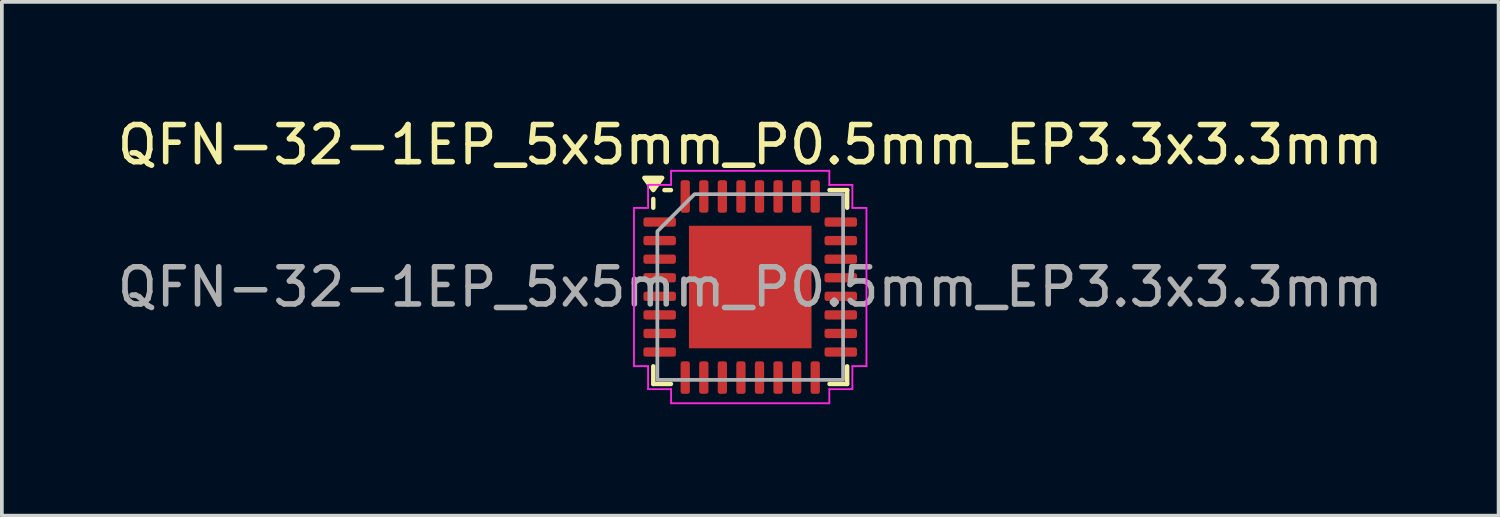
<source format=kicad_pcb>
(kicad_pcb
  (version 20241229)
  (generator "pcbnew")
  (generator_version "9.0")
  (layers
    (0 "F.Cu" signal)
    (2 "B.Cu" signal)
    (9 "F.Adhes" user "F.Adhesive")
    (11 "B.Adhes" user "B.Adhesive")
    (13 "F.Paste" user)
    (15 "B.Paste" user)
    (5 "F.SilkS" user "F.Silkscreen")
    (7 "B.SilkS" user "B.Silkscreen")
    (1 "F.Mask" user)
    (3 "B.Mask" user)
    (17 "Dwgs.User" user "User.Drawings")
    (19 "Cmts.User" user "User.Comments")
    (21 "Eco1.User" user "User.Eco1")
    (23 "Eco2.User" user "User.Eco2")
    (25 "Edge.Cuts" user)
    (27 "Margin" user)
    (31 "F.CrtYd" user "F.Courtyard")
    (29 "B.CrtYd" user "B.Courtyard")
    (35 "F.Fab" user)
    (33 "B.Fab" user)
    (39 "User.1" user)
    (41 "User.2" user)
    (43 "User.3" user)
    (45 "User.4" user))
  (footprint "QFN-32-1EP_5x5mm_P0.5mm_EP3.3x3.3mm"
    (layer "F.Cu")
    (at 17.149 4.678)
    (property "Reference" "QFN-32-1EP_5x5mm_P0.5mm_EP3.3x3.3mm" (at 0 -3.83 0) (layer "F.SilkS") (effects (font (size 1 1) (thickness 0.15))))
    (attr smd)
    (fp_line (start -2.61 -2.135) (end -2.61 -2.37) (stroke (width 0.12) (type solid)) (layer "F.SilkS"))
    (fp_line (start -2.61 2.61) (end -2.61 2.135) (stroke (width 0.12) (type solid)) (layer "F.SilkS"))
    (fp_line (start -2.135 -2.61) (end -2.31 -2.61) (stroke (width 0.12) (type solid)) (layer "F.SilkS"))
    (fp_line (start -2.135 2.61) (end -2.61 2.61) (stroke (width 0.12) (type solid)) (layer "F.SilkS"))
    (fp_line (start 2.135 -2.61) (end 2.61 -2.61) (stroke (width 0.12) (type solid)) (layer "F.SilkS"))
    (fp_line (start 2.135 2.61) (end 2.61 2.61) (stroke (width 0.12) (type solid)) (layer "F.SilkS"))
    (fp_line (start 2.61 -2.61) (end 2.61 -2.135) (stroke (width 0.12) (type solid)) (layer "F.SilkS"))
    (fp_line (start 2.61 2.61) (end 2.61 2.135) (stroke (width 0.12) (type solid)) (layer "F.SilkS"))
    (fp_poly (pts (xy -2.61 -2.61) (xy -2.85 -2.94) (xy -2.37 -2.94)) (stroke (width 0.12) (type solid)) (fill yes) (layer "F.SilkS"))
    (fp_line (start -3.13 -2.13) (end -2.75 -2.13) (stroke (width 0.05) (type solid)) (layer "F.CrtYd"))
    (fp_line (start -3.13 2.13) (end -3.13 -2.13) (stroke (width 0.05) (type solid)) (layer "F.CrtYd"))
    (fp_line (start -2.75 -2.75) (end -2.13 -2.75) (stroke (width 0.05) (type solid)) (layer "F.CrtYd"))
    (fp_line (start -2.75 -2.13) (end -2.75 -2.75) (stroke (width 0.05) (type solid)) (layer "F.CrtYd"))
    (fp_line (start -2.75 2.13) (end -3.13 2.13) (stroke (width 0.05) (type solid)) (layer "F.CrtYd"))
    (fp_line (start -2.75 2.75) (end -2.75 2.13) (stroke (width 0.05) (type solid)) (layer "F.CrtYd"))
    (fp_line (start -2.13 -3.13) (end 2.13 -3.13) (stroke (width 0.05) (type solid)) (layer "F.CrtYd"))
    (fp_line (start -2.13 -2.75) (end -2.13 -3.13) (stroke (width 0.05) (type solid)) (layer "F.CrtYd"))
    (fp_line (start -2.13 2.75) (end -2.75 2.75) (stroke (width 0.05) (type solid)) (layer "F.CrtYd"))
    (fp_line (start -2.13 3.13) (end -2.13 2.75) (stroke (width 0.05) (type solid)) (layer "F.CrtYd"))
    (fp_line (start 2.13 -3.13) (end 2.13 -2.75) (stroke (width 0.05) (type solid)) (layer "F.CrtYd"))
    (fp_line (start 2.13 -2.75) (end 2.75 -2.75) (stroke (width 0.05) (type solid)) (layer "F.CrtYd"))
    (fp_line (start 2.13 2.75) (end 2.13 3.13) (stroke (width 0.05) (type solid)) (layer "F.CrtYd"))
    (fp_line (start 2.13 3.13) (end -2.13 3.13) (stroke (width 0.05) (type solid)) (layer "F.CrtYd"))
    (fp_line (start 2.75 -2.75) (end 2.75 -2.13) (stroke (width 0.05) (type solid)) (layer "F.CrtYd"))
    (fp_line (start 2.75 -2.13) (end 3.13 -2.13) (stroke (width 0.05) (type solid)) (layer "F.CrtYd"))
    (fp_line (start 2.75 2.13) (end 2.75 2.75) (stroke (width 0.05) (type solid)) (layer "F.CrtYd"))
    (fp_line (start 2.75 2.75) (end 2.13 2.75) (stroke (width 0.05) (type solid)) (layer "F.CrtYd"))
    (fp_line (start 3.13 -2.13) (end 3.13 2.13) (stroke (width 0.05) (type solid)) (layer "F.CrtYd"))
    (fp_line (start 3.13 2.13) (end 2.75 2.13) (stroke (width 0.05) (type solid)) (layer "F.CrtYd"))
    (fp_poly (pts (xy -2.5 -1.5) (xy -2.5 2.5) (xy 2.5 2.5) (xy 2.5 -2.5) (xy -1.5 -2.5)) (stroke (width 0.1) (type solid)) (fill no) (layer "F.Fab"))
    (fp_text user "${REFERENCE}" (at 0 0 0) (layer "F.Fab") (effects (font (size 1 1) (thickness 0.15))))
    (pad "" smd roundrect (at -1.1 -1.1) (size 0.89 0.89) (layers "F.Paste") (roundrect_rratio 0.25))
    (pad "" smd roundrect (at -1.1 0) (size 0.89 0.89) (layers "F.Paste") (roundrect_rratio 0.25))
    (pad "" smd roundrect (at -1.1 1.1) (size 0.89 0.89) (layers "F.Paste") (roundrect_rratio 0.25))
    (pad "" smd roundrect (at 0 -1.1) (size 0.89 0.89) (layers "F.Paste") (roundrect_rratio 0.25))
    (pad "" smd roundrect (at 0 0) (size 0.89 0.89) (layers "F.Paste") (roundrect_rratio 0.25))
    (pad "" smd roundrect (at 0 1.1) (size 0.89 0.89) (layers "F.Paste") (roundrect_rratio 0.25))
    (pad "" smd roundrect (at 1.1 -1.1) (size 0.89 0.89) (layers "F.Paste") (roundrect_rratio 0.25))
    (pad "" smd roundrect (at 1.1 0) (size 0.89 0.89) (layers "F.Paste") (roundrect_rratio 0.25))
    (pad "" smd roundrect (at 1.1 1.1) (size 0.89 0.89) (layers "F.Paste") (roundrect_rratio 0.25))
    (pad "1" smd roundrect (at -2.438 -1.75) (size 0.875 0.25) (layers "F.Cu" "F.Mask" "F.Paste") (roundrect_rratio 0.25))
    (pad "2" smd roundrect (at -2.438 -1.25) (size 0.875 0.25) (layers "F.Cu" "F.Mask" "F.Paste") (roundrect_rratio 0.25))
    (pad "3" smd roundrect (at -2.438 -0.75) (size 0.875 0.25) (layers "F.Cu" "F.Mask" "F.Paste") (roundrect_rratio 0.25))
    (pad "4" smd roundrect (at -2.438 -0.25) (size 0.875 0.25) (layers "F.Cu" "F.Mask" "F.Paste") (roundrect_rratio 0.25))
    (pad "5" smd roundrect (at -2.438 0.25) (size 0.875 0.25) (layers "F.Cu" "F.Mask" "F.Paste") (roundrect_rratio 0.25))
    (pad "6" smd roundrect (at -2.438 0.75) (size 0.875 0.25) (layers "F.Cu" "F.Mask" "F.Paste") (roundrect_rratio 0.25))
    (pad "7" smd roundrect (at -2.438 1.25) (size 0.875 0.25) (layers "F.Cu" "F.Mask" "F.Paste") (roundrect_rratio 0.25))
    (pad "8" smd roundrect (at -2.438 1.75) (size 0.875 0.25) (layers "F.Cu" "F.Mask" "F.Paste") (roundrect_rratio 0.25))
    (pad "9" smd roundrect (at -1.75 2.438) (size 0.25 0.875) (layers "F.Cu" "F.Mask" "F.Paste") (roundrect_rratio 0.25))
    (pad "10" smd roundrect (at -1.25 2.438) (size 0.25 0.875) (layers "F.Cu" "F.Mask" "F.Paste") (roundrect_rratio 0.25))
    (pad "11" smd roundrect (at -0.75 2.438) (size 0.25 0.875) (layers "F.Cu" "F.Mask" "F.Paste") (roundrect_rratio 0.25))
    (pad "12" smd roundrect (at -0.25 2.438) (size 0.25 0.875) (layers "F.Cu" "F.Mask" "F.Paste") (roundrect_rratio 0.25))
    (pad "13" smd roundrect (at 0.25 2.438) (size 0.25 0.875) (layers "F.Cu" "F.Mask" "F.Paste") (roundrect_rratio 0.25))
    (pad "14" smd roundrect (at 0.75 2.438) (size 0.25 0.875) (layers "F.Cu" "F.Mask" "F.Paste") (roundrect_rratio 0.25))
    (pad "15" smd roundrect (at 1.25 2.438) (size 0.25 0.875) (layers "F.Cu" "F.Mask" "F.Paste") (roundrect_rratio 0.25))
    (pad "16" smd roundrect (at 1.75 2.438) (size 0.25 0.875) (layers "F.Cu" "F.Mask" "F.Paste") (roundrect_rratio 0.25))
    (pad "17" smd roundrect (at 2.438 1.75) (size 0.875 0.25) (layers "F.Cu" "F.Mask" "F.Paste") (roundrect_rratio 0.25))
    (pad "18" smd roundrect (at 2.438 1.25) (size 0.875 0.25) (layers "F.Cu" "F.Mask" "F.Paste") (roundrect_rratio 0.25))
    (pad "19" smd roundrect (at 2.438 0.75) (size 0.875 0.25) (layers "F.Cu" "F.Mask" "F.Paste") (roundrect_rratio 0.25))
    (pad "20" smd roundrect (at 2.438 0.25) (size 0.875 0.25) (layers "F.Cu" "F.Mask" "F.Paste") (roundrect_rratio 0.25))
    (pad "21" smd roundrect (at 2.438 -0.25) (size 0.875 0.25) (layers "F.Cu" "F.Mask" "F.Paste") (roundrect_rratio 0.25))
    (pad "22" smd roundrect (at 2.438 -0.75) (size 0.875 0.25) (layers "F.Cu" "F.Mask" "F.Paste") (roundrect_rratio 0.25))
    (pad "23" smd roundrect (at 2.438 -1.25) (size 0.875 0.25) (layers "F.Cu" "F.Mask" "F.Paste") (roundrect_rratio 0.25))
    (pad "24" smd roundrect (at 2.438 -1.75) (size 0.875 0.25) (layers "F.Cu" "F.Mask" "F.Paste") (roundrect_rratio 0.25))
    (pad "25" smd roundrect (at 1.75 -2.438) (size 0.25 0.875) (layers "F.Cu" "F.Mask" "F.Paste") (roundrect_rratio 0.25))
    (pad "26" smd roundrect (at 1.25 -2.438) (size 0.25 0.875) (layers "F.Cu" "F.Mask" "F.Paste") (roundrect_rratio 0.25))
    (pad "27" smd roundrect (at 0.75 -2.438) (size 0.25 0.875) (layers "F.Cu" "F.Mask" "F.Paste") (roundrect_rratio 0.25))
    (pad "28" smd roundrect (at 0.25 -2.438) (size 0.25 0.875) (layers "F.Cu" "F.Mask" "F.Paste") (roundrect_rratio 0.25))
    (pad "29" smd roundrect (at -0.25 -2.438) (size 0.25 0.875) (layers "F.Cu" "F.Mask" "F.Paste") (roundrect_rratio 0.25))
    (pad "30" smd roundrect (at -0.75 -2.438) (size 0.25 0.875) (layers "F.Cu" "F.Mask" "F.Paste") (roundrect_rratio 0.25))
    (pad "31" smd roundrect (at -1.25 -2.438) (size 0.25 0.875) (layers "F.Cu" "F.Mask" "F.Paste") (roundrect_rratio 0.25))
    (pad "32" smd roundrect (at -1.75 -2.438) (size 0.25 0.875) (layers "F.Cu" "F.Mask" "F.Paste") (roundrect_rratio 0.25))
    (pad "33" smd rect (at 0 0) (size 3.3 3.3) (property pad_prop_heatsink) (layers "F.Cu" "F.Mask")))
  (gr_rect
    (start -3 -3)
    (end 37.298 10.833)
    (stroke (width 0.1) (type default))
    (fill no)
    (layer "Edge.Cuts")))
</source>
